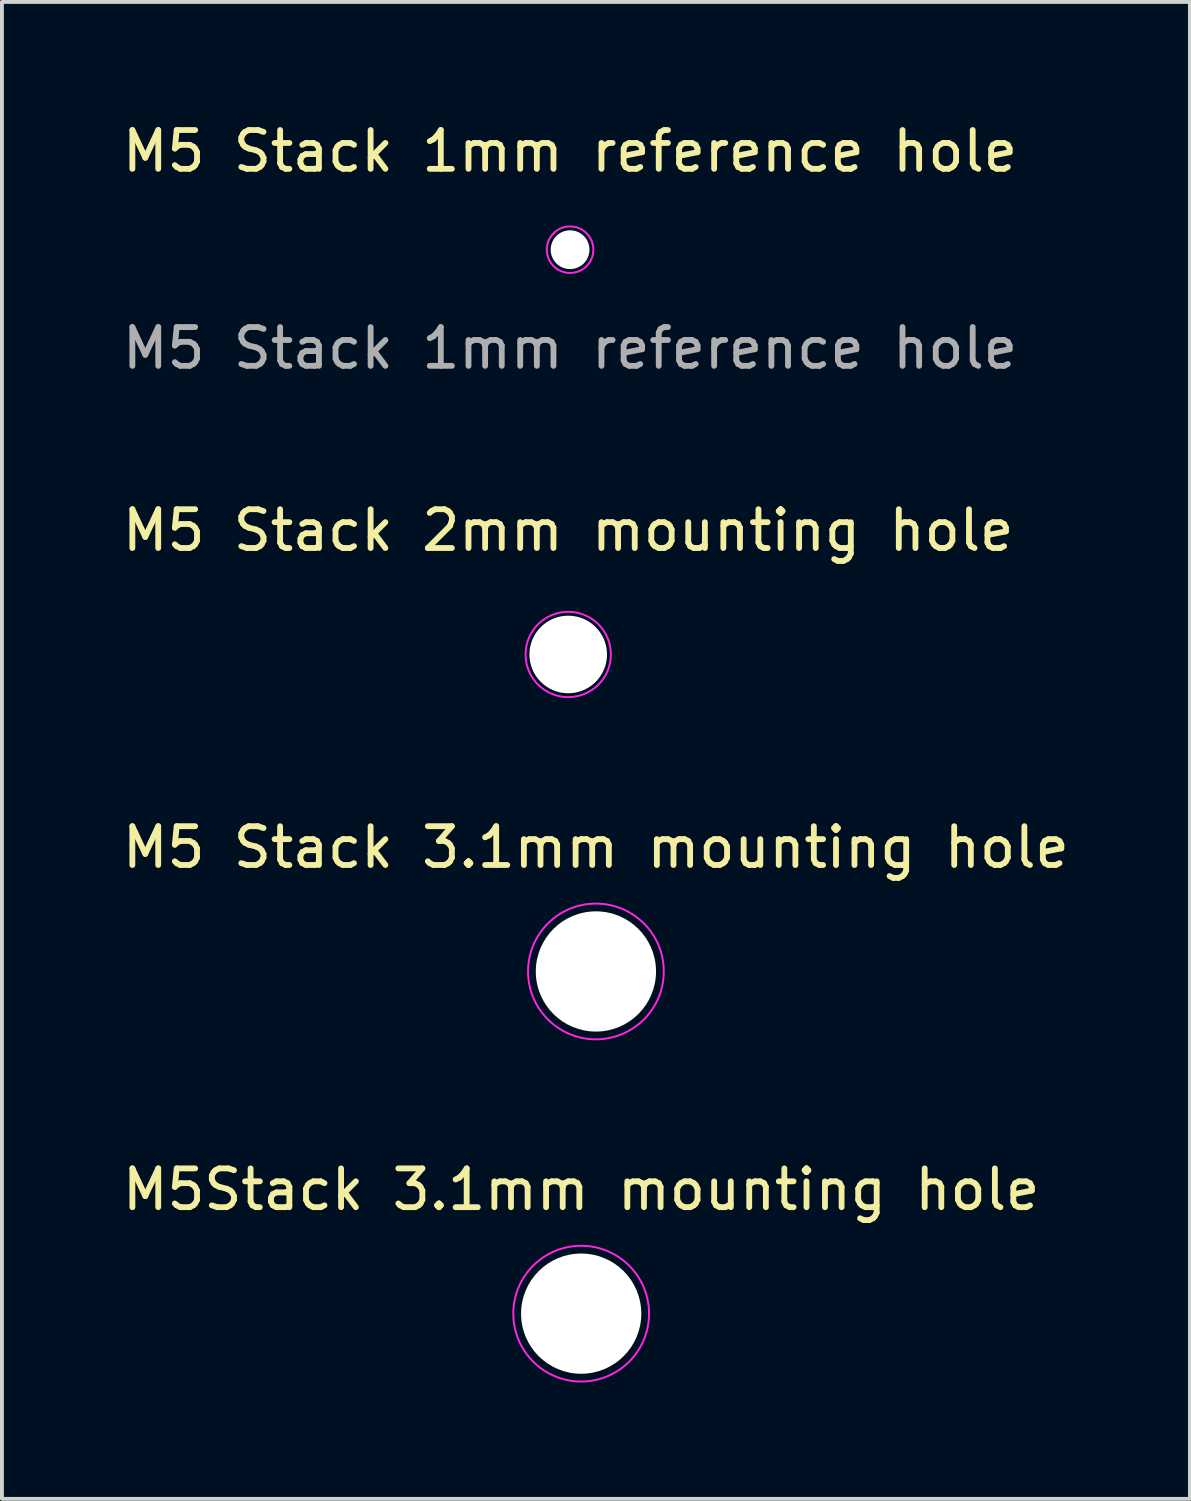
<source format=kicad_pcb>
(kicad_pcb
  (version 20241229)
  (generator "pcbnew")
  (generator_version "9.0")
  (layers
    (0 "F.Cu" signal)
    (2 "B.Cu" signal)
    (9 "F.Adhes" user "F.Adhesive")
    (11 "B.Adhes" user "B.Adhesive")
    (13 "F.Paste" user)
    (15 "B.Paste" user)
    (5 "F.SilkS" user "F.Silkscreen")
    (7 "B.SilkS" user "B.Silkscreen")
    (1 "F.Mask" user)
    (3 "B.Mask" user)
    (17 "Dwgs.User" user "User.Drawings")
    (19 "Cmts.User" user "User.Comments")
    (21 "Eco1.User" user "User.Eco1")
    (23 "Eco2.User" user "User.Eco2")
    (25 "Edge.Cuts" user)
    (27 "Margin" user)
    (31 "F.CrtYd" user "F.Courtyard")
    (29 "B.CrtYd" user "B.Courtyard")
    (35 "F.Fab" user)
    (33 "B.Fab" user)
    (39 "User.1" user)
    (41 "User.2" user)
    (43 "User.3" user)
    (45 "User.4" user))
  (footprint "M5 Stack 2mm mounting hole"
    (layer "F.Cu")
    (at 11.601 13.825)
    (property "Reference" "M5 Stack 2mm mounting hole" (at 0 -3.2 0) (layer "F.SilkS") (effects (font (size 1 1) (thickness 0.15))))
    (attr through_hole board_only exclude_from_pos_files exclude_from_bom allow_missing_courtyard)
    (fp_circle (center 0 0) (end 1.1 0) (stroke (width 0.05) (type solid)) (fill no) (layer "F.CrtYd"))
    (pad "" np_thru_hole circle (at 0 0) (size 2 2) (drill 2) (layers "*.Cu" "*.Mask")))
  (footprint "M5 Stack 1mm reference hole"
    (layer "F.Cu")
    (at 11.649 3.388)
    (property "Reference" "M5 Stack 1mm reference hole" (at 0 -2.54 0) (layer "F.SilkS") (effects (font (size 1 1) (thickness 0.15))))
    (attr exclude_from_pos_files exclude_from_bom)
    (fp_circle (center 0 0) (end 0.6 0) (stroke (width 0.05) (type solid)) (fill no) (layer "F.CrtYd"))
    (fp_text user "${REFERENCE}" (at 0 2.54 0) (layer "F.Fab") (effects (font (size 1 1) (thickness 0.15))))
    (pad "" np_thru_hole circle (at 0 0) (size 1 1) (drill 1) (layers "*.Cu" "*.Mask")))
  (footprint "M5 Stack 3.1mm mounting hole"
    (layer "F.Cu")
    (at 12.315 21.998)
    (property "Reference" "M5 Stack 3.1mm mounting hole" (at 0 -3.2 0) (layer "F.SilkS") (effects (font (size 1 1) (thickness 0.15))))
    (attr through_hole board_only exclude_from_pos_files exclude_from_bom allow_missing_courtyard)
    (fp_circle (center 0 0) (end 1.75 0) (stroke (width 0.05) (type solid)) (fill no) (layer "F.CrtYd"))
    (pad "" np_thru_hole circle (at 0 0) (size 3.1 3.1) (drill 3.1) (layers "*.Cu" "*.Mask")))
  (footprint "M5Stack 3.1mm mounting hole"
    (layer "F.Cu")
    (at 11.935 30.821)
    (property "Reference" "M5Stack 3.1mm mounting hole" (at 0 -3.2 0) (layer "F.SilkS") (effects (font (size 1 1) (thickness 0.15))))
    (attr through_hole board_only exclude_from_pos_files exclude_from_bom allow_missing_courtyard)
    (fp_circle (center 0 0) (end 1.75 0) (stroke (width 0.05) (type solid)) (fill no) (layer "F.CrtYd"))
    (pad "" np_thru_hole circle (at 0 0) (size 3.1 3.1) (drill 3.1) (layers "*.Cu" "*.Mask")))
  (gr_rect
    (start -3 -3)
    (end 27.631 35.596)
    (stroke (width 0.1) (type default))
    (fill no)
    (layer "Edge.Cuts")))
</source>
